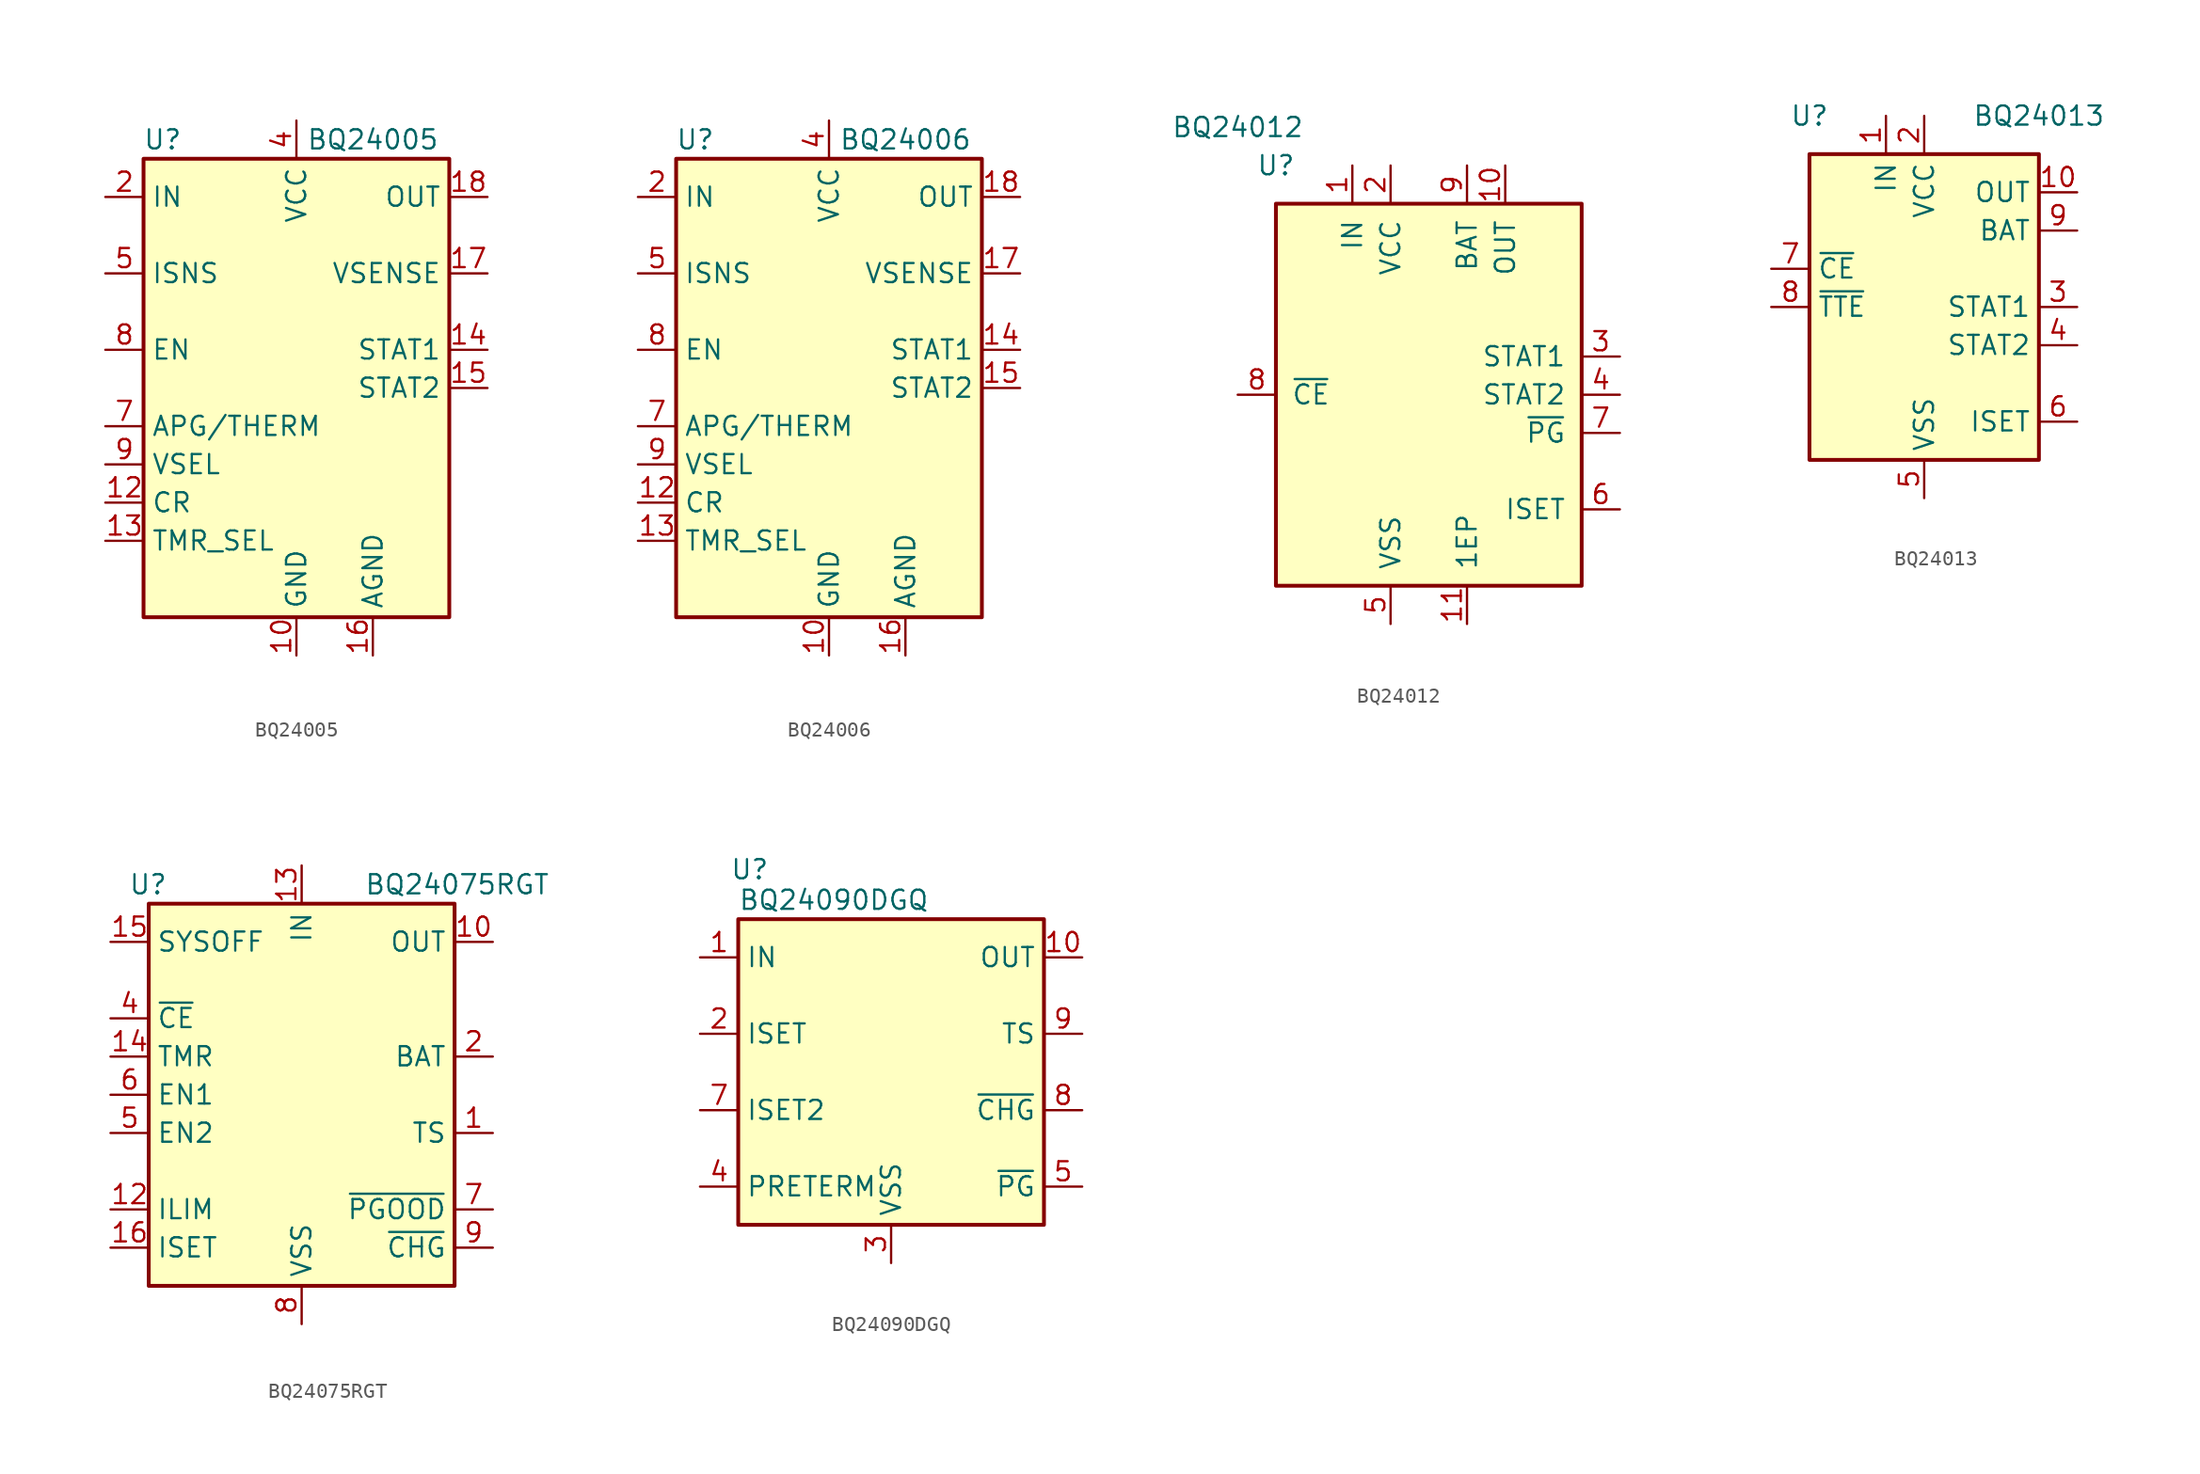
<source format=kicad_sym>
(kicad_symbol_lib
  (version 20211014)
  (generator kicad_symbol_editor)
  (symbol "BQ24005"
    (property "Reference" "U"
      (at -8.89 16.51 0)
      (effects (font (size 1.27 1.27))))
    (property "Value" "BQ24005"
      (at 5.08 16.51 0)
      (effects (font (size 1.27 1.27))))
    (symbol "BQ24005_0_1"
      (rectangle (start -10.16 15.24) (end 10.16 -15.24) (stroke (width 0.254) (type default) (color 0 0 0 0)) (fill (type background))))
    (symbol "BQ24005_1_1"
      (pin no_connect line (at 10.16 -2.54 180) (length 2.54) hide (name "N/C" (effects (font (size 1.27 1.27)))) (number "1" (effects (font (size 1.27 1.27)))))
      (pin power_in line (at 0 -17.78 90) (length 2.54) (name "GND" (effects (font (size 1.27 1.27)))) (number "10" (effects (font (size 1.27 1.27)))))
      (pin no_connect line (at 10.16 -7.62 180) (length 2.54) hide (name "N/C" (effects (font (size 1.27 1.27)))) (number "11" (effects (font (size 1.27 1.27)))))
      (pin input line (at -12.7 -7.62 0) (length 2.54) (name "CR" (effects (font (size 1.27 1.27)))) (number "12" (effects (font (size 1.27 1.27)))))
      (pin input line (at -12.7 -10.16 0) (length 2.54) (name "TMR_SEL" (effects (font (size 1.27 1.27)))) (number "13" (effects (font (size 1.27 1.27)))))
      (pin open_collector line (at 12.7 2.54 180) (length 2.54) (name "STAT1" (effects (font (size 1.27 1.27)))) (number "14" (effects (font (size 1.27 1.27)))))
      (pin open_collector line (at 12.7 0 180) (length 2.54) (name "STAT2" (effects (font (size 1.27 1.27)))) (number "15" (effects (font (size 1.27 1.27)))))
      (pin power_in line (at 5.08 -17.78 90) (length 2.54) (name "AGND" (effects (font (size 1.27 1.27)))) (number "16" (effects (font (size 1.27 1.27)))))
      (pin input line (at 12.7 7.62 180) (length 2.54) (name "VSENSE" (effects (font (size 1.27 1.27)))) (number "17" (effects (font (size 1.27 1.27)))))
      (pin output line (at 12.7 12.7 180) (length 2.54) (name "OUT" (effects (font (size 1.27 1.27)))) (number "18" (effects (font (size 1.27 1.27)))))
      (pin passive line (at 12.7 12.7 180) (length 2.54) hide (name "OUT" (effects (font (size 1.27 1.27)))) (number "19" (effects (font (size 1.27 1.27)))))
      (pin input line (at -12.7 12.7 0) (length 2.54) (name "IN" (effects (font (size 1.27 1.27)))) (number "2" (effects (font (size 1.27 1.27)))))
      (pin no_connect line (at 10.16 -10.16 180) (length 2.54) hide (name "N/C" (effects (font (size 1.27 1.27)))) (number "20" (effects (font (size 1.27 1.27)))))
      (pin passive line (at 0 -17.78 90) (length 2.54) hide (name "GND" (effects (font (size 1.27 1.27)))) (number "21" (effects (font (size 1.27 1.27)))))
      (pin input line (at -12.7 12.7 0) (length 2.54) hide (name "IN" (effects (font (size 1.27 1.27)))) (number "3" (effects (font (size 1.27 1.27)))))
      (pin power_in line (at 0 17.78 270) (length 2.54) (name "VCC" (effects (font (size 1.27 1.27)))) (number "4" (effects (font (size 1.27 1.27)))))
      (pin input line (at -12.7 7.62 0) (length 2.54) (name "ISNS" (effects (font (size 1.27 1.27)))) (number "5" (effects (font (size 1.27 1.27)))))
      (pin no_connect line (at 10.16 -5.08 180) (length 2.54) hide (name "N/C" (effects (font (size 1.27 1.27)))) (number "6" (effects (font (size 1.27 1.27)))))
      (pin input line (at -12.7 -2.54 0) (length 2.54) (name "APG/THERM" (effects (font (size 1.27 1.27)))) (number "7" (effects (font (size 1.27 1.27)))))
      (pin input line (at -12.7 2.54 0) (length 2.54) (name "EN" (effects (font (size 1.27 1.27)))) (number "8" (effects (font (size 1.27 1.27)))))
      (pin input line (at -12.7 -5.08 0) (length 2.54) (name "VSEL" (effects (font (size 1.27 1.27)))) (number "9" (effects (font (size 1.27 1.27)))))))
  (symbol "BQ24006"
    (property "Reference" "U"
      (at -8.89 16.51 0)
      (effects (font (size 1.27 1.27))))
    (property "Value" "BQ24006"
      (at 5.08 16.51 0)
      (effects (font (size 1.27 1.27))))
    (symbol "BQ24006_0_1"
      (rectangle (start -10.16 15.24) (end 10.16 -15.24) (stroke (width 0.254) (type default) (color 0 0 0 0)) (fill (type background))))
    (symbol "BQ24006_1_1"
      (pin no_connect line (at 10.16 -2.54 180) (length 2.54) hide (name "N/C" (effects (font (size 1.27 1.27)))) (number "1" (effects (font (size 1.27 1.27)))))
      (pin power_in line (at 0 -17.78 90) (length 2.54) (name "GND" (effects (font (size 1.27 1.27)))) (number "10" (effects (font (size 1.27 1.27)))))
      (pin no_connect line (at 10.16 -7.62 180) (length 2.54) hide (name "N/C" (effects (font (size 1.27 1.27)))) (number "11" (effects (font (size 1.27 1.27)))))
      (pin input line (at -12.7 -7.62 0) (length 2.54) (name "CR" (effects (font (size 1.27 1.27)))) (number "12" (effects (font (size 1.27 1.27)))))
      (pin input line (at -12.7 -10.16 0) (length 2.54) (name "TMR_SEL" (effects (font (size 1.27 1.27)))) (number "13" (effects (font (size 1.27 1.27)))))
      (pin output line (at 12.7 2.54 180) (length 2.54) (name "STAT1" (effects (font (size 1.27 1.27)))) (number "14" (effects (font (size 1.27 1.27)))))
      (pin output line (at 12.7 0 180) (length 2.54) (name "STAT2" (effects (font (size 1.27 1.27)))) (number "15" (effects (font (size 1.27 1.27)))))
      (pin power_in line (at 5.08 -17.78 90) (length 2.54) (name "AGND" (effects (font (size 1.27 1.27)))) (number "16" (effects (font (size 1.27 1.27)))))
      (pin input line (at 12.7 7.62 180) (length 2.54) (name "VSENSE" (effects (font (size 1.27 1.27)))) (number "17" (effects (font (size 1.27 1.27)))))
      (pin output line (at 12.7 12.7 180) (length 2.54) (name "OUT" (effects (font (size 1.27 1.27)))) (number "18" (effects (font (size 1.27 1.27)))))
      (pin passive line (at 12.7 12.7 180) (length 2.54) hide (name "OUT" (effects (font (size 1.27 1.27)))) (number "19" (effects (font (size 1.27 1.27)))))
      (pin input line (at -12.7 12.7 0) (length 2.54) (name "IN" (effects (font (size 1.27 1.27)))) (number "2" (effects (font (size 1.27 1.27)))))
      (pin no_connect line (at 10.16 -10.16 180) (length 2.54) hide (name "N/C" (effects (font (size 1.27 1.27)))) (number "20" (effects (font (size 1.27 1.27)))))
      (pin passive line (at 0 -17.78 90) (length 2.54) hide (name "GND" (effects (font (size 1.27 1.27)))) (number "21" (effects (font (size 1.27 1.27)))))
      (pin input line (at -12.7 12.7 0) (length 2.54) hide (name "IN" (effects (font (size 1.27 1.27)))) (number "3" (effects (font (size 1.27 1.27)))))
      (pin power_in line (at 0 17.78 270) (length 2.54) (name "VCC" (effects (font (size 1.27 1.27)))) (number "4" (effects (font (size 1.27 1.27)))))
      (pin input line (at -12.7 7.62 0) (length 2.54) (name "ISNS" (effects (font (size 1.27 1.27)))) (number "5" (effects (font (size 1.27 1.27)))))
      (pin no_connect line (at 10.16 -5.08 180) (length 2.54) hide (name "N/C" (effects (font (size 1.27 1.27)))) (number "6" (effects (font (size 1.27 1.27)))))
      (pin input line (at -12.7 -2.54 0) (length 2.54) (name "APG/THERM" (effects (font (size 1.27 1.27)))) (number "7" (effects (font (size 1.27 1.27)))))
      (pin input line (at -12.7 2.54 0) (length 2.54) (name "EN" (effects (font (size 1.27 1.27)))) (number "8" (effects (font (size 1.27 1.27)))))
      (pin input line (at -12.7 -5.08 0) (length 2.54) (name "VSEL" (effects (font (size 1.27 1.27)))) (number "9" (effects (font (size 1.27 1.27)))))))
  (symbol "BQ24012"
    (pin_names
      (offset 1.016))
    (property "Reference" "U"
      (at -10.16 15.24 0)
      (effects (font (size 1.27 1.27))))
    (property "Value" "BQ24012"
      (at -12.7 17.78 0)
      (effects (font (size 1.27 1.27))))
    (symbol "BQ24012_0_1"
      (rectangle (start -10.16 12.7) (end 10.16 -12.7) (stroke (width 0.254) (type default) (color 0 0 0 0)) (fill (type background))))
    (symbol "BQ24012_1_1"
      (pin power_in line (at -5.08 15.24 270) (length 2.54) (name "IN" (effects (font (size 1.27 1.27)))) (number "1" (effects (font (size 1.27 1.27)))))
      (pin power_out line (at 5.08 15.24 270) (length 2.54) (name "OUT" (effects (font (size 1.27 1.27)))) (number "10" (effects (font (size 1.27 1.27)))))
      (pin passive line (at 2.54 -15.24 90) (length 2.54) (name "1EP" (effects (font (size 1.27 1.27)))) (number "11" (effects (font (size 1.27 1.27)))))
      (pin power_in line (at -2.54 15.24 270) (length 2.54) (name "VCC" (effects (font (size 1.27 1.27)))) (number "2" (effects (font (size 1.27 1.27)))))
      (pin open_collector line (at 12.7 2.54 180) (length 2.54) (name "STAT1" (effects (font (size 1.27 1.27)))) (number "3" (effects (font (size 1.27 1.27)))))
      (pin open_collector line (at 12.7 0 180) (length 2.54) (name "STAT2" (effects (font (size 1.27 1.27)))) (number "4" (effects (font (size 1.27 1.27)))))
      (pin power_in line (at -2.54 -15.24 90) (length 2.54) (name "VSS" (effects (font (size 1.27 1.27)))) (number "5" (effects (font (size 1.27 1.27)))))
      (pin output line (at 12.7 -7.62 180) (length 2.54) (name "ISET" (effects (font (size 1.27 1.27)))) (number "6" (effects (font (size 1.27 1.27)))))
      (pin open_collector line (at 12.7 -2.54 180) (length 2.54) (name "~{PG}" (effects (font (size 1.27 1.27)))) (number "7" (effects (font (size 1.27 1.27)))))
      (pin input line (at -12.7 0 0) (length 2.54) (name "~{CE}" (effects (font (size 1.27 1.27)))) (number "8" (effects (font (size 1.27 1.27)))))
      (pin input line (at 2.54 15.24 270) (length 2.54) (name "BAT" (effects (font (size 1.27 1.27)))) (number "9" (effects (font (size 1.27 1.27)))))))
  (symbol "BQ24013"
    (property "Reference" "U"
      (at -7.62 12.7 0)
      (effects (font (size 1.27 1.27))))
    (property "Value" "BQ24013"
      (at 7.62 12.7 0)
      (effects (font (size 1.27 1.27))))
    (symbol "BQ24013_0_1"
      (rectangle (start -7.62 10.16) (end 7.62 -10.16) (stroke (width 0.254) (type default) (color 0 0 0 0)) (fill (type background))))
    (symbol "BQ24013_1_1"
      (pin power_in line (at -2.54 12.7 270) (length 2.54) (name "IN" (effects (font (size 1.27 1.27)))) (number "1" (effects (font (size 1.27 1.27)))))
      (pin power_out line (at 10.16 7.62 180) (length 2.54) (name "OUT" (effects (font (size 1.27 1.27)))) (number "10" (effects (font (size 1.27 1.27)))))
      (pin passive line (at 0 -12.7 90) (length 2.54) hide (name "VSS" (effects (font (size 1.27 1.27)))) (number "11" (effects (font (size 1.27 1.27)))))
      (pin power_in line (at 0 12.7 270) (length 2.54) (name "VCC" (effects (font (size 1.27 1.27)))) (number "2" (effects (font (size 1.27 1.27)))))
      (pin open_collector line (at 10.16 0 180) (length 2.54) (name "STAT1" (effects (font (size 1.27 1.27)))) (number "3" (effects (font (size 1.27 1.27)))))
      (pin open_collector line (at 10.16 -2.54 180) (length 2.54) (name "STAT2" (effects (font (size 1.27 1.27)))) (number "4" (effects (font (size 1.27 1.27)))))
      (pin power_in line (at 0 -12.7 90) (length 2.54) (name "VSS" (effects (font (size 1.27 1.27)))) (number "5" (effects (font (size 1.27 1.27)))))
      (pin output line (at 10.16 -7.62 180) (length 2.54) (name "ISET" (effects (font (size 1.27 1.27)))) (number "6" (effects (font (size 1.27 1.27)))))
      (pin input line (at -10.16 2.54 0) (length 2.54) (name "~{CE}" (effects (font (size 1.27 1.27)))) (number "7" (effects (font (size 1.27 1.27)))))
      (pin input line (at -10.16 0 0) (length 2.54) (name "~{TTE}" (effects (font (size 1.27 1.27)))) (number "8" (effects (font (size 1.27 1.27)))))
      (pin input line (at 10.16 5.08 180) (length 2.54) (name "BAT" (effects (font (size 1.27 1.27)))) (number "9" (effects (font (size 1.27 1.27)))))))
  (symbol "BQ24075RGT"
    (property "Reference" "U"
      (at -8.89 13.97 0)
      (effects (font (size 1.27 1.27)) (justify right)))
    (property "Value" "BQ24075RGT"
      (at 16.51 13.97 0)
      (effects (font (size 1.27 1.27)) (justify right)))
    (symbol "BQ24075RGT_0_1"
      (rectangle (start -10.16 12.7) (end 10.16 -12.7) (stroke (width 0.254) (type default) (color 0 0 0 0)) (fill (type background))))
    (symbol "BQ24075RGT_1_1"
      (pin passive line (at 12.7 -2.54 180) (length 2.54) (name "TS" (effects (font (size 1.27 1.27)))) (number "1" (effects (font (size 1.27 1.27)))))
      (pin power_out line (at 12.7 10.16 180) (length 2.54) (name "OUT" (effects (font (size 1.27 1.27)))) (number "10" (effects (font (size 1.27 1.27)))))
      (pin passive line (at 12.7 10.16 180) (length 2.54) hide (name "OUT" (effects (font (size 1.27 1.27)))) (number "11" (effects (font (size 1.27 1.27)))))
      (pin passive line (at -12.7 -7.62 0) (length 2.54) (name "ILIM" (effects (font (size 1.27 1.27)))) (number "12" (effects (font (size 1.27 1.27)))))
      (pin power_in line (at 0 15.24 270) (length 2.54) (name "IN" (effects (font (size 1.27 1.27)))) (number "13" (effects (font (size 1.27 1.27)))))
      (pin input line (at -12.7 2.54 0) (length 2.54) (name "TMR" (effects (font (size 1.27 1.27)))) (number "14" (effects (font (size 1.27 1.27)))))
      (pin input line (at -12.7 10.16 0) (length 2.54) (name "SYSOFF" (effects (font (size 1.27 1.27)))) (number "15" (effects (font (size 1.27 1.27)))))
      (pin passive line (at -12.7 -10.16 0) (length 2.54) (name "ISET" (effects (font (size 1.27 1.27)))) (number "16" (effects (font (size 1.27 1.27)))))
      (pin passive line (at 0 -15.24 90) (length 2.54) hide (name "VSS" (effects (font (size 1.27 1.27)))) (number "17" (effects (font (size 1.27 1.27)))))
      (pin power_out line (at 12.7 2.54 180) (length 2.54) (name "BAT" (effects (font (size 1.27 1.27)))) (number "2" (effects (font (size 1.27 1.27)))))
      (pin passive line (at 12.7 2.54 180) (length 2.54) hide (name "BAT" (effects (font (size 1.27 1.27)))) (number "3" (effects (font (size 1.27 1.27)))))
      (pin input line (at -12.7 5.08 0) (length 2.54) (name "~{CE}" (effects (font (size 1.27 1.27)))) (number "4" (effects (font (size 1.27 1.27)))))
      (pin input line (at -12.7 -2.54 0) (length 2.54) (name "EN2" (effects (font (size 1.27 1.27)))) (number "5" (effects (font (size 1.27 1.27)))))
      (pin input line (at -12.7 0 0) (length 2.54) (name "EN1" (effects (font (size 1.27 1.27)))) (number "6" (effects (font (size 1.27 1.27)))))
      (pin open_collector line (at 12.7 -7.62 180) (length 2.54) (name "~{PGOOD}" (effects (font (size 1.27 1.27)))) (number "7" (effects (font (size 1.27 1.27)))))
      (pin power_in line (at 0 -15.24 90) (length 2.54) (name "VSS" (effects (font (size 1.27 1.27)))) (number "8" (effects (font (size 1.27 1.27)))))
      (pin open_collector line (at 12.7 -10.16 180) (length 2.54) (name "~{CHG}" (effects (font (size 1.27 1.27)))) (number "9" (effects (font (size 1.27 1.27)))))))
  (symbol "BQ24090DGQ"
    (property "Reference" "U"
      (at -9.398 13.462 0)
      (effects (font (size 1.27 1.27))))
    (property "Value" "BQ24090DGQ"
      (at -3.81 11.43 0)
      (effects (font (size 1.27 1.27))))
    (symbol "BQ24090DGQ_0_1"
      (rectangle (start -10.16 10.16) (end 10.16 -10.16) (stroke (width 0.254) (type default) (color 0 0 0 0)) (fill (type background))))
    (symbol "BQ24090DGQ_1_1"
      (pin power_in line (at -12.7 7.62 0) (length 2.54) (name "IN" (effects (font (size 1.27 1.27)))) (number "1" (effects (font (size 1.27 1.27)))))
      (pin power_out line (at 12.7 7.62 180) (length 2.54) (name "OUT" (effects (font (size 1.27 1.27)))) (number "10" (effects (font (size 1.27 1.27)))))
      (pin passive line (at 0 -12.7 90) (length 2.54) hide (name "VSS" (effects (font (size 1.27 1.27)))) (number "11" (effects (font (size 1.27 1.27)))))
      (pin passive line (at -12.7 2.54 0) (length 2.54) (name "ISET" (effects (font (size 1.27 1.27)))) (number "2" (effects (font (size 1.27 1.27)))))
      (pin power_in line (at 0 -12.7 90) (length 2.54) (name "VSS" (effects (font (size 1.27 1.27)))) (number "3" (effects (font (size 1.27 1.27)))))
      (pin passive line (at -12.7 -7.62 0) (length 2.54) (name "PRETERM" (effects (font (size 1.27 1.27)))) (number "4" (effects (font (size 1.27 1.27)))))
      (pin open_collector line (at 12.7 -7.62 180) (length 2.54) (name "~{PG}" (effects (font (size 1.27 1.27)))) (number "5" (effects (font (size 1.27 1.27)))))
      (pin no_connect line (at 5.08 -10.16 90) (length 2.54) hide (name "NC" (effects (font (size 1.27 1.27)))) (number "6" (effects (font (size 1.27 1.27)))))
      (pin passive line (at -12.7 -2.54 0) (length 2.54) (name "ISET2" (effects (font (size 1.27 1.27)))) (number "7" (effects (font (size 1.27 1.27)))))
      (pin open_collector line (at 12.7 -2.54 180) (length 2.54) (name "~{CHG}" (effects (font (size 1.27 1.27)))) (number "8" (effects (font (size 1.27 1.27)))))
      (pin passive line (at 12.7 2.54 180) (length 2.54) (name "TS" (effects (font (size 1.27 1.27)))) (number "9" (effects (font (size 1.27 1.27))))))))
</source>
